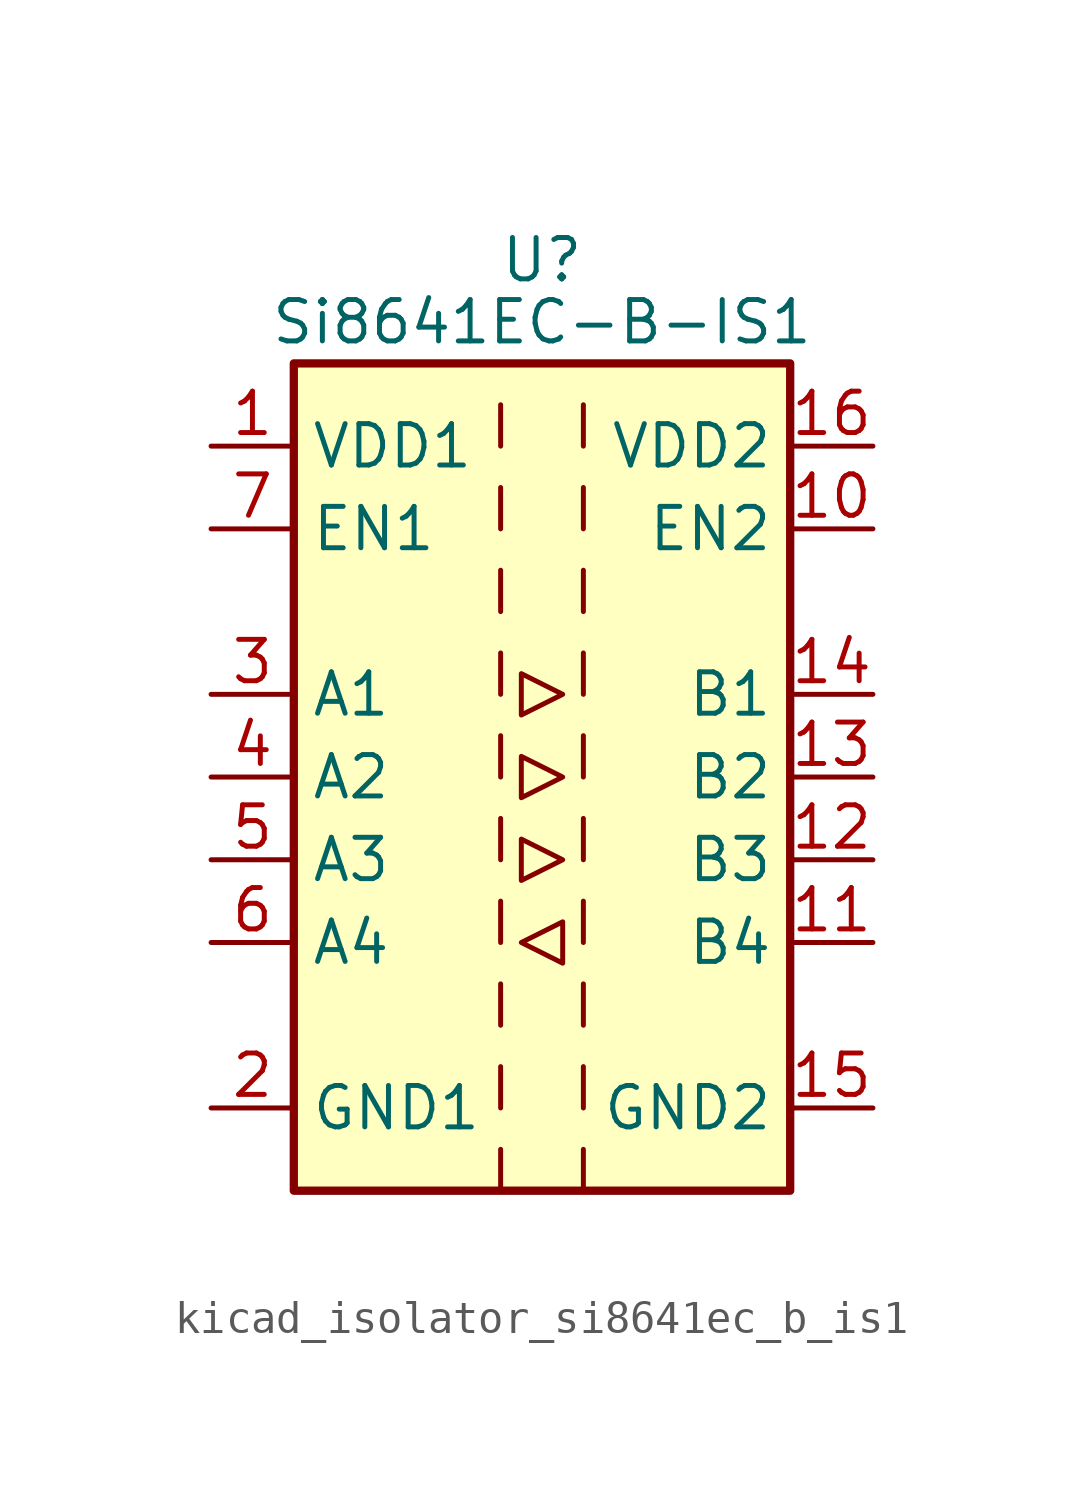
<source format=kicad_sym>
(kicad_symbol_lib
  (version 20220914)
  (generator kicad_symbol_editor)
  (symbol "kicad_isolator_si8641ec_b_is1"
    (property "Reference" "U"
      (at 0 15.875 0)
      (effects (font (size 1.27 1.27))))
    (property "Value" "Si8641EC-B-IS1"
      (at 0 13.97 0)
      (effects (font (size 1.27 1.27))))
    (symbol "kicad_isolator_si8641ec_b_is1_0_1"
      (rectangle (start -7.62 12.7) (end 7.62 -12.7) (stroke (width 0.254) (type default)) (fill (type background)))
      (polyline (pts (xy -1.27 -11.43) (xy -1.27 -12.7)) (stroke (width 0) (type default)) (fill (type none)))
      (polyline (pts (xy -1.27 -8.89) (xy -1.27 -10.16)) (stroke (width 0) (type default)) (fill (type none)))
      (polyline (pts (xy -1.27 -6.35) (xy -1.27 -7.62)) (stroke (width 0) (type default)) (fill (type none)))
      (polyline (pts (xy -1.27 -3.81) (xy -1.27 -5.08)) (stroke (width 0) (type default)) (fill (type none)))
      (polyline (pts (xy -1.27 -1.27) (xy -1.27 -2.54)) (stroke (width 0) (type default)) (fill (type none)))
      (polyline (pts (xy -1.27 1.27) (xy -1.27 0)) (stroke (width 0) (type default)) (fill (type none)))
      (polyline (pts (xy -1.27 3.81) (xy -1.27 2.54)) (stroke (width 0) (type default)) (fill (type none)))
      (polyline (pts (xy -1.27 6.35) (xy -1.27 5.08)) (stroke (width 0) (type default)) (fill (type none)))
      (polyline (pts (xy -1.27 8.89) (xy -1.27 7.62)) (stroke (width 0) (type default)) (fill (type none)))
      (polyline (pts (xy -1.27 11.43) (xy -1.27 10.16)) (stroke (width 0) (type default)) (fill (type none)))
      (polyline (pts (xy 1.27 -11.43) (xy 1.27 -12.7)) (stroke (width 0) (type default)) (fill (type none)))
      (polyline (pts (xy 1.27 -8.89) (xy 1.27 -10.16)) (stroke (width 0) (type default)) (fill (type none)))
      (polyline (pts (xy 1.27 -6.35) (xy 1.27 -7.62)) (stroke (width 0) (type default)) (fill (type none)))
      (polyline (pts (xy 1.27 -3.81) (xy 1.27 -5.08)) (stroke (width 0) (type default)) (fill (type none)))
      (polyline (pts (xy 1.27 -1.27) (xy 1.27 -2.54)) (stroke (width 0) (type default)) (fill (type none)))
      (polyline (pts (xy 1.27 1.27) (xy 1.27 0)) (stroke (width 0) (type default)) (fill (type none)))
      (polyline (pts (xy 1.27 3.81) (xy 1.27 2.54)) (stroke (width 0) (type default)) (fill (type none)))
      (polyline (pts (xy 1.27 6.35) (xy 1.27 5.08)) (stroke (width 0) (type default)) (fill (type none)))
      (polyline (pts (xy 1.27 8.89) (xy 1.27 7.62)) (stroke (width 0) (type default)) (fill (type none)))
      (polyline (pts (xy 1.27 11.43) (xy 1.27 10.16)) (stroke (width 0) (type default)) (fill (type none)))
      (polyline (pts (xy -0.635 -5.08) (xy 0.635 -4.445) (xy 0.635 -5.715) (xy -0.635 -5.08)) (stroke (width 0) (type default)) (fill (type none)))
      (polyline (pts (xy -0.635 0.635) (xy -0.635 -0.635) (xy 0.635 0) (xy -0.635 0.635)) (stroke (width 0) (type default)) (fill (type none)))
      (polyline (pts (xy -0.635 3.175) (xy -0.635 1.905) (xy 0.635 2.54) (xy -0.635 3.175)) (stroke (width 0) (type default)) (fill (type none)))
      (polyline (pts (xy 0.635 -2.54) (xy -0.635 -1.905) (xy -0.635 -3.175) (xy 0.635 -2.54)) (stroke (width 0) (type default)) (fill (type none))))
    (symbol "kicad_isolator_si8641ec_b_is1_1_1"
      (pin power_in line (at -10.16 10.16 0) (length 2.54) (name "VDD1" (effects (font (size 1.27 1.27)))) (number "1" (effects (font (size 1.27 1.27)))))
      (pin input line (at 10.16 7.62 180) (length 2.54) (name "EN2" (effects (font (size 1.27 1.27)))) (number "10" (effects (font (size 1.27 1.27)))))
      (pin input line (at 10.16 -5.08 180) (length 2.54) (name "B4" (effects (font (size 1.27 1.27)))) (number "11" (effects (font (size 1.27 1.27)))))
      (pin output line (at 10.16 -2.54 180) (length 2.54) (name "B3" (effects (font (size 1.27 1.27)))) (number "12" (effects (font (size 1.27 1.27)))))
      (pin output line (at 10.16 0 180) (length 2.54) (name "B2" (effects (font (size 1.27 1.27)))) (number "13" (effects (font (size 1.27 1.27)))))
      (pin output line (at 10.16 2.54 180) (length 2.54) (name "B1" (effects (font (size 1.27 1.27)))) (number "14" (effects (font (size 1.27 1.27)))))
      (pin power_in line (at 10.16 -10.16 180) (length 2.54) (name "GND2" (effects (font (size 1.27 1.27)))) (number "15" (effects (font (size 1.27 1.27)))))
      (pin power_in line (at 10.16 10.16 180) (length 2.54) (name "VDD2" (effects (font (size 1.27 1.27)))) (number "16" (effects (font (size 1.27 1.27)))))
      (pin power_in line (at -10.16 -10.16 0) (length 2.54) (name "GND1" (effects (font (size 1.27 1.27)))) (number "2" (effects (font (size 1.27 1.27)))))
      (pin input line (at -10.16 2.54 0) (length 2.54) (name "A1" (effects (font (size 1.27 1.27)))) (number "3" (effects (font (size 1.27 1.27)))))
      (pin input line (at -10.16 0 0) (length 2.54) (name "A2" (effects (font (size 1.27 1.27)))) (number "4" (effects (font (size 1.27 1.27)))))
      (pin input line (at -10.16 -2.54 0) (length 2.54) (name "A3" (effects (font (size 1.27 1.27)))) (number "5" (effects (font (size 1.27 1.27)))))
      (pin output line (at -10.16 -5.08 0) (length 2.54) (name "A4" (effects (font (size 1.27 1.27)))) (number "6" (effects (font (size 1.27 1.27)))))
      (pin input line (at -10.16 7.62 0) (length 2.54) (name "EN1" (effects (font (size 1.27 1.27)))) (number "7" (effects (font (size 1.27 1.27)))))
      (pin passive line (at -10.16 -10.16 0) (length 2.54) hide (name "GND1" (effects (font (size 1.27 1.27)))) (number "8" (effects (font (size 1.27 1.27)))))
      (pin passive line (at 10.16 -10.16 180) (length 2.54) hide (name "GND2" (effects (font (size 1.27 1.27)))) (number "9" (effects (font (size 1.27 1.27))))))))
</source>
